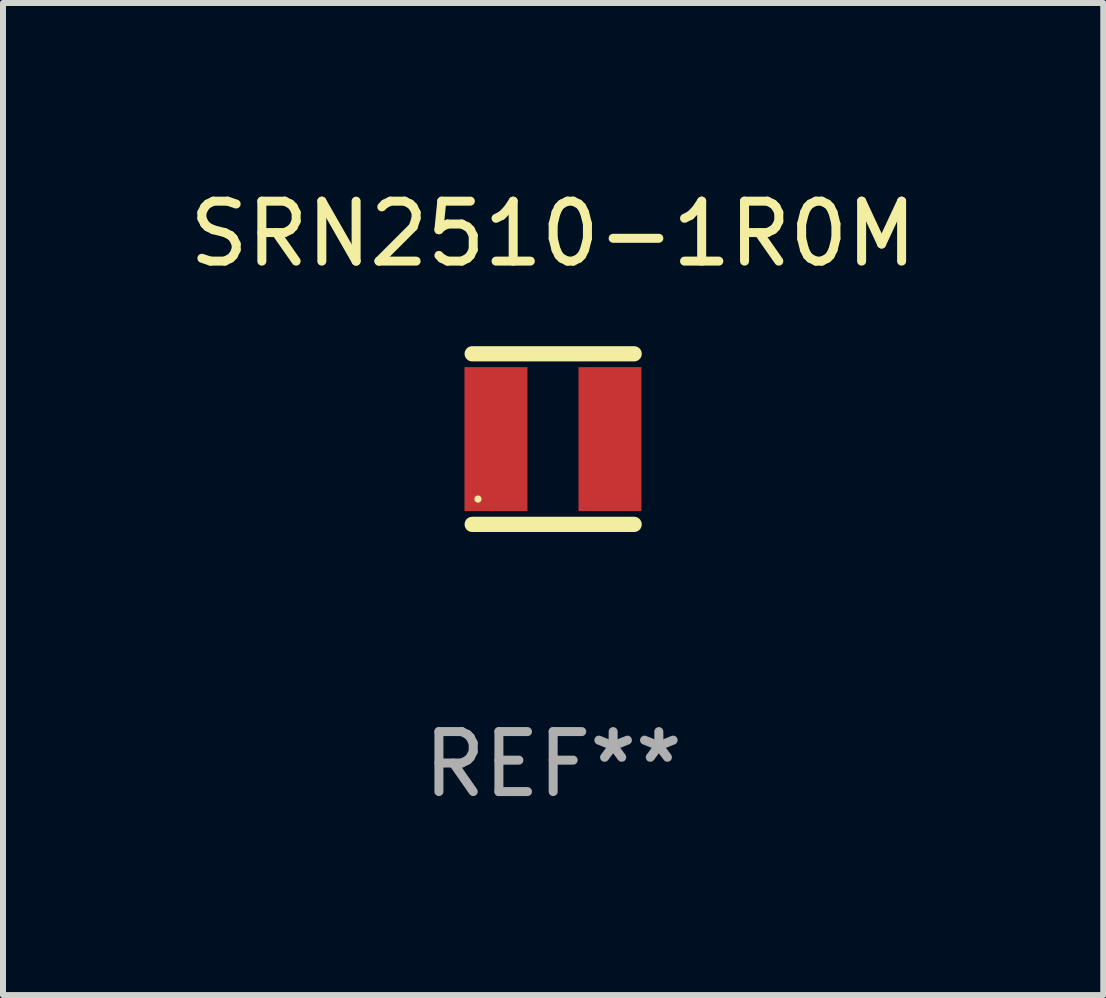
<source format=kicad_pcb>
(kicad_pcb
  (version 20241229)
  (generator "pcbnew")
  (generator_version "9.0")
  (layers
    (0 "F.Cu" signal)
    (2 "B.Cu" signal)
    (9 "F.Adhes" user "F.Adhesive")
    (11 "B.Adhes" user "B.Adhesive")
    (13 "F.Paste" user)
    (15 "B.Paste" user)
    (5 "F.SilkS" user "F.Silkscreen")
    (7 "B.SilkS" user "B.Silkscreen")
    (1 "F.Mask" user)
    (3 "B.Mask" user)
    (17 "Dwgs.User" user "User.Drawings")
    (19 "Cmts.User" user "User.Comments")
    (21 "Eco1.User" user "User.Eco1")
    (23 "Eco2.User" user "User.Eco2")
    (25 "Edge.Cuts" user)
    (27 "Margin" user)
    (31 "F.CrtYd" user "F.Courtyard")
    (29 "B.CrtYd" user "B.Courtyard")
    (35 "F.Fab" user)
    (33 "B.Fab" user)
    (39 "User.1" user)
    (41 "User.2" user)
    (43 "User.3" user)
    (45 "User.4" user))
  (footprint "SRN2510-1R0M"
    (layer "F.Cu")
    (at 6.173 4.271)
    (property "Reference" "SRN2510-1R0M" (at 0 -3.422 0) (layer "F.SilkS") (effects (font (size 1 1) (thickness 0.15))))
    (attr through_hole)
    (fp_line (start -1.35 -1.422) (end 1.35 -1.422) (stroke (width 0.254) (type solid)) (layer "F.SilkS"))
    (fp_line (start -1.35 1.422) (end 1.35 1.422) (stroke (width 0.254) (type solid)) (layer "F.SilkS"))
    (fp_circle (center -1.254 1) (end -1.224 1) (stroke (width 0.06) (type solid)) (fill no) (layer "F.SilkS"))
    (fp_text user "REF**" (at 0 5.422 0) (layer "F.Fab") (effects (font (size 1 1) (thickness 0.15))))
    (pad "1" smd rect (at -0.954 0) (size 1.05 2.4) (layers "F.Cu" "F.Mask" "F.Paste"))
    (pad "2" smd rect (at 0.947 0) (size 1.05 2.4) (layers "F.Cu" "F.Mask" "F.Paste")))
  (gr_rect
    (start -3 -3)
    (end 15.345 13.541)
    (stroke (width 0.1) (type default))
    (fill no)
    (layer "Edge.Cuts")))
</source>
